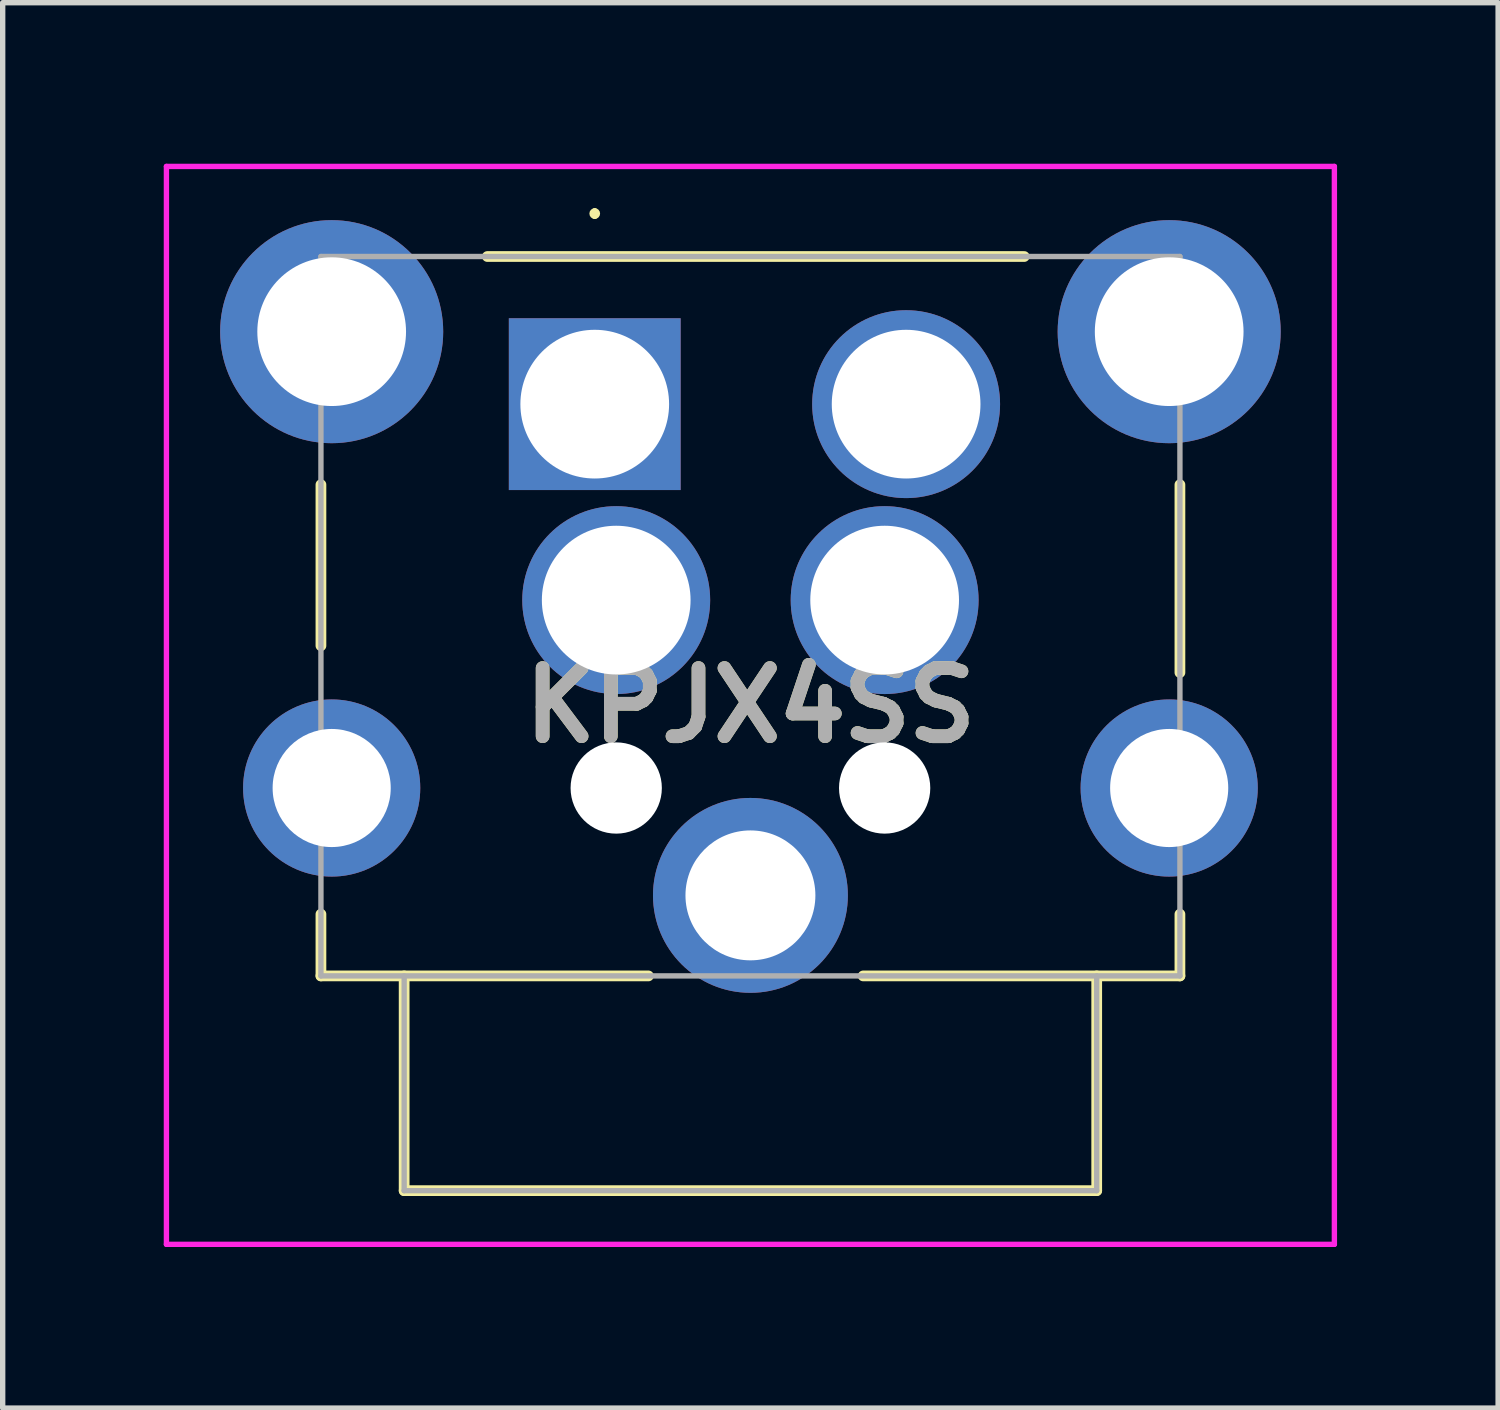
<source format=kicad_pcb>
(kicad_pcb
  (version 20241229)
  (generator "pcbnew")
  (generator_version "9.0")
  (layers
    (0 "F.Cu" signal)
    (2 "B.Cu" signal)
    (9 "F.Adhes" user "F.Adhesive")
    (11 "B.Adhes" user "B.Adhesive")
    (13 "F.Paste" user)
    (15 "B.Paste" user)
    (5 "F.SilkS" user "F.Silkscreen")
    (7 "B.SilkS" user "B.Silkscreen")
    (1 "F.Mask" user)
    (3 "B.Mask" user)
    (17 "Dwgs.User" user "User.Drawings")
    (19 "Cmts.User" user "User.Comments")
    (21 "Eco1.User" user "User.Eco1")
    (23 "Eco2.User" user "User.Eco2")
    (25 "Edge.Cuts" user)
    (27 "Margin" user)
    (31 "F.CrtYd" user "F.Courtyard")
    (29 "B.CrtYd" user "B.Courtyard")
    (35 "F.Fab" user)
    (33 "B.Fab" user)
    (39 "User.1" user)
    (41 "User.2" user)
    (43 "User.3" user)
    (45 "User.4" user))
  (footprint "KPJX4SS"
    (layer "F.Cu")
    (at 8.028 4.478)
    (property "Reference" "KPJX4SS" (at 2.9 5.611 0) (layer "F.SilkS") (effects (font (size 1.27 1.27) (thickness 0.254))))
    (attr through_hole)
    (fp_line (start -5.1 1.5) (end -5.1 4.5) (stroke (width 0.2) (type solid)) (layer "F.SilkS"))
    (fp_line (start -5.1 9.5) (end -5.1 10.65) (stroke (width 0.2) (type solid)) (layer "F.SilkS"))
    (fp_line (start -5.1 10.65) (end 1 10.65) (stroke (width 0.2) (type solid)) (layer "F.SilkS"))
    (fp_line (start -3.55 10.65) (end -3.55 14.65) (stroke (width 0.2) (type solid)) (layer "F.SilkS"))
    (fp_line (start -3.55 14.65) (end 9.35 14.65) (stroke (width 0.2) (type solid)) (layer "F.SilkS"))
    (fp_line (start -2 -2.75) (end 8 -2.75) (stroke (width 0.2) (type solid)) (layer "F.SilkS"))
    (fp_line (start 0 -3.6) (end 0 -3.6) (stroke (width 0.1) (type solid)) (layer "F.SilkS"))
    (fp_line (start 0 -3.5) (end 0 -3.5) (stroke (width 0.1) (type solid)) (layer "F.SilkS"))
    (fp_line (start 5 10.65) (end 10.9 10.65) (stroke (width 0.2) (type solid)) (layer "F.SilkS"))
    (fp_line (start 9.35 14.65) (end 9.35 10.65) (stroke (width 0.2) (type solid)) (layer "F.SilkS"))
    (fp_line (start 10.9 1.5) (end 10.9 5) (stroke (width 0.2) (type solid)) (layer "F.SilkS"))
    (fp_line (start 10.9 10.65) (end 10.9 9.5) (stroke (width 0.2) (type solid)) (layer "F.SilkS"))
    (fp_arc (start 0 -3.6) (mid 0.05 -3.55) (end 0 -3.5) (stroke (width 0.1) (type solid)) (layer "F.SilkS"))
    (fp_arc (start 0 -3.5) (mid -0.05 -3.55) (end 0 -3.6) (stroke (width 0.1) (type solid)) (layer "F.SilkS"))
    (fp_line (start -7.978 -4.428) (end 13.777 -4.428) (stroke (width 0.1) (type solid)) (layer "F.CrtYd"))
    (fp_line (start -7.978 15.65) (end -7.978 -4.428) (stroke (width 0.1) (type solid)) (layer "F.CrtYd"))
    (fp_line (start 13.777 -4.428) (end 13.777 15.65) (stroke (width 0.1) (type solid)) (layer "F.CrtYd"))
    (fp_line (start 13.777 15.65) (end -7.978 15.65) (stroke (width 0.1) (type solid)) (layer "F.CrtYd"))
    (fp_line (start -5.1 -2.75) (end -5.1 10.65) (stroke (width 0.1) (type solid)) (layer "F.Fab"))
    (fp_line (start -5.1 10.65) (end 10.9 10.65) (stroke (width 0.1) (type solid)) (layer "F.Fab"))
    (fp_line (start -3.55 14.65) (end -3.55 10.65) (stroke (width 0.1) (type solid)) (layer "F.Fab"))
    (fp_line (start 9.35 10.65) (end 9.35 14.65) (stroke (width 0.1) (type solid)) (layer "F.Fab"))
    (fp_line (start 9.35 14.65) (end -3.55 14.65) (stroke (width 0.1) (type solid)) (layer "F.Fab"))
    (fp_line (start 10.9 -2.75) (end -5.1 -2.75) (stroke (width 0.1) (type solid)) (layer "F.Fab"))
    (fp_line (start 10.9 10.65) (end 10.9 -2.75) (stroke (width 0.1) (type solid)) (layer "F.Fab"))
    (fp_text user "${REFERENCE}" (at 2.9 5.611 0) (layer "F.Fab") (effects (font (size 1.27 1.27) (thickness 0.254))))
    (pad "" np_thru_hole circle (at 0.4 7.15) (size 1.7 1.7) (drill 1.7) (layers "*.Cu" "*.Mask"))
    (pad "" np_thru_hole circle (at 5.4 7.15) (size 1.7 1.7) (drill 1.7) (layers "*.Cu" "*.Mask"))
    (pad "1" thru_hole rect (at 0 0) (size 3.2 3.2) (drill 2.77) (layers "*.Cu" "*.Mask"))
    (pad "2" thru_hole circle (at 5.8 0) (size 3.5 3.5) (drill 2.77) (layers "*.Cu" "*.Mask"))
    (pad "3" thru_hole circle (at 0.4 3.65) (size 3.5 3.5) (drill 2.77) (layers "*.Cu" "*.Mask"))
    (pad "4" thru_hole circle (at 5.4 3.65) (size 3.5 3.5) (drill 2.77) (layers "*.Cu" "*.Mask"))
    (pad "MH1" thru_hole circle (at -4.9 -1.35) (size 4.155 4.155) (drill 2.77) (layers "*.Cu" "*.Mask"))
    (pad "MH2" thru_hole circle (at 10.7 -1.35) (size 4.155 4.155) (drill 2.77) (layers "*.Cu" "*.Mask"))
    (pad "MH3" thru_hole circle (at -4.9 7.15) (size 3.3 3.3) (drill 2.2) (layers "*.Cu" "*.Mask"))
    (pad "MH4" thru_hole circle (at 10.7 7.15) (size 3.3 3.3) (drill 2.2) (layers "*.Cu" "*.Mask"))
    (pad "MH5" thru_hole circle (at 2.9 9.15) (size 3.63 3.63) (drill 2.42) (layers "*.Cu" "*.Mask")))
  (gr_rect
    (start -3 -3)
    (end 24.855 23.178)
    (stroke (width 0.1) (type default))
    (fill no)
    (layer "Edge.Cuts")))
</source>
